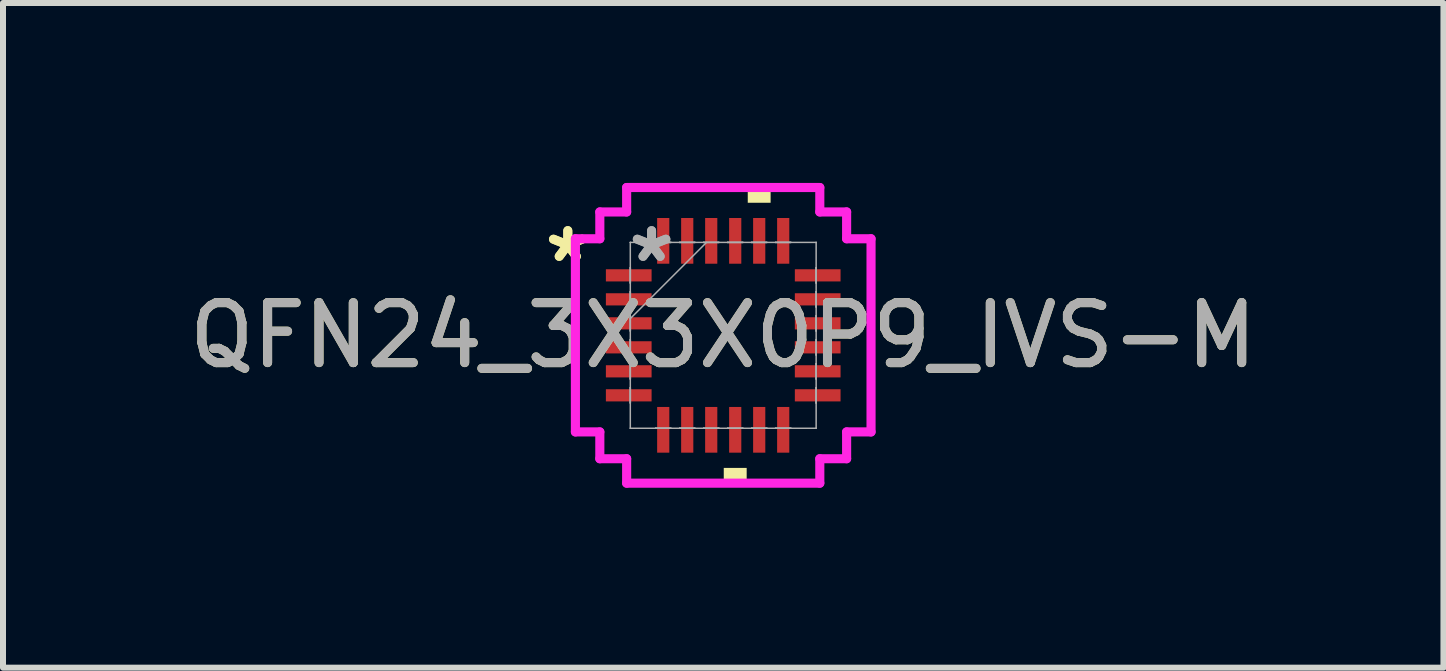
<source format=kicad_pcb>
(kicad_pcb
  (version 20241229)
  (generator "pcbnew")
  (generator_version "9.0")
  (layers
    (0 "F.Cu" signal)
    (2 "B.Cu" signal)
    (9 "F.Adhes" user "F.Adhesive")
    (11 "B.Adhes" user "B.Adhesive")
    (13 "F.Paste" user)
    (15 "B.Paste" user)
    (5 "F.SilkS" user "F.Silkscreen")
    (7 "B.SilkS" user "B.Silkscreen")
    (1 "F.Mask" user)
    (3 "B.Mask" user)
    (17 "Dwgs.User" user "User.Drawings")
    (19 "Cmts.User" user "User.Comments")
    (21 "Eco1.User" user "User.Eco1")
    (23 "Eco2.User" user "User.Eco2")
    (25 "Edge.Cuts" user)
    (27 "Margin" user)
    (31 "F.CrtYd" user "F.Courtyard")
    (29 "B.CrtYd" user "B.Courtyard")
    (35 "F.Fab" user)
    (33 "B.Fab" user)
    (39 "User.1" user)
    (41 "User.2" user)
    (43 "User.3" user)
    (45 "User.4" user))
  (footprint "QFN24_3X3X0P9_IVS-M"
    (layer "F.Cu")
    (at 9.006 2.54)
    (property "Reference" "QFN24_3X3X0P9_IVS-M" (at 0 0 0) (unlocked yes) (layer "F.SilkS") (effects (font (size 1 1) (thickness 0.15))))
    (attr smd)
    (fp_poly (pts (xy 0.009 2.21) (xy 0.009 2.464) (xy 0.391 2.464) (xy 0.391 2.21)) (stroke (width 0) (type solid)) (fill yes) (layer "F.SilkS"))
    (fp_poly (pts (xy 0.409 -2.21) (xy 0.409 -2.464) (xy 0.79 -2.464) (xy 0.79 -2.21)) (stroke (width 0) (type solid)) (fill yes) (layer "F.SilkS"))
    (fp_line (start -2.464 -1.61) (end -2.057 -1.61) (stroke (width 0.152) (type solid)) (layer "F.CrtYd"))
    (fp_line (start -2.464 1.61) (end -2.464 -1.61) (stroke (width 0.152) (type solid)) (layer "F.CrtYd"))
    (fp_line (start -2.057 -2.057) (end -1.61 -2.057) (stroke (width 0.152) (type solid)) (layer "F.CrtYd"))
    (fp_line (start -2.057 -1.61) (end -2.057 -2.057) (stroke (width 0.152) (type solid)) (layer "F.CrtYd"))
    (fp_line (start -2.057 1.61) (end -2.464 1.61) (stroke (width 0.152) (type solid)) (layer "F.CrtYd"))
    (fp_line (start -2.057 2.057) (end -2.057 1.61) (stroke (width 0.152) (type solid)) (layer "F.CrtYd"))
    (fp_line (start -1.61 -2.464) (end 1.61 -2.464) (stroke (width 0.152) (type solid)) (layer "F.CrtYd"))
    (fp_line (start -1.61 -2.057) (end -1.61 -2.464) (stroke (width 0.152) (type solid)) (layer "F.CrtYd"))
    (fp_line (start -1.61 2.057) (end -2.057 2.057) (stroke (width 0.152) (type solid)) (layer "F.CrtYd"))
    (fp_line (start -1.61 2.464) (end -1.61 2.057) (stroke (width 0.152) (type solid)) (layer "F.CrtYd"))
    (fp_line (start 1.61 -2.464) (end 1.61 -2.057) (stroke (width 0.152) (type solid)) (layer "F.CrtYd"))
    (fp_line (start 1.61 -2.057) (end 2.057 -2.057) (stroke (width 0.152) (type solid)) (layer "F.CrtYd"))
    (fp_line (start 1.61 2.057) (end 1.61 2.464) (stroke (width 0.152) (type solid)) (layer "F.CrtYd"))
    (fp_line (start 1.61 2.464) (end -1.61 2.464) (stroke (width 0.152) (type solid)) (layer "F.CrtYd"))
    (fp_line (start 2.057 -2.057) (end 2.057 -1.61) (stroke (width 0.152) (type solid)) (layer "F.CrtYd"))
    (fp_line (start 2.057 -1.61) (end 2.464 -1.61) (stroke (width 0.152) (type solid)) (layer "F.CrtYd"))
    (fp_line (start 2.057 1.61) (end 2.057 2.057) (stroke (width 0.152) (type solid)) (layer "F.CrtYd"))
    (fp_line (start 2.057 2.057) (end 1.61 2.057) (stroke (width 0.152) (type solid)) (layer "F.CrtYd"))
    (fp_line (start 2.464 -1.61) (end 2.464 1.61) (stroke (width 0.152) (type solid)) (layer "F.CrtYd"))
    (fp_line (start 2.464 1.61) (end 2.057 1.61) (stroke (width 0.152) (type solid)) (layer "F.CrtYd"))
    (fp_line (start -1.549 -1.549) (end -1.549 -1.549) (stroke (width 0.025) (type solid)) (layer "F.Fab"))
    (fp_line (start -1.549 -1.549) (end -1.549 1.549) (stroke (width 0.025) (type solid)) (layer "F.Fab"))
    (fp_line (start -1.549 -1.127) (end -1.549 -1.127) (stroke (width 0.025) (type solid)) (layer "F.Fab"))
    (fp_line (start -1.549 -1.127) (end -1.549 -0.873) (stroke (width 0.025) (type solid)) (layer "F.Fab"))
    (fp_line (start -1.549 -0.873) (end -1.549 -1.127) (stroke (width 0.025) (type solid)) (layer "F.Fab"))
    (fp_line (start -1.549 -0.873) (end -1.549 -0.873) (stroke (width 0.025) (type solid)) (layer "F.Fab"))
    (fp_line (start -1.549 -0.727) (end -1.549 -0.727) (stroke (width 0.025) (type solid)) (layer "F.Fab"))
    (fp_line (start -1.549 -0.727) (end -1.549 -0.473) (stroke (width 0.025) (type solid)) (layer "F.Fab"))
    (fp_line (start -1.549 -0.473) (end -1.549 -0.727) (stroke (width 0.025) (type solid)) (layer "F.Fab"))
    (fp_line (start -1.549 -0.473) (end -1.549 -0.473) (stroke (width 0.025) (type solid)) (layer "F.Fab"))
    (fp_line (start -1.549 -0.327) (end -1.549 -0.327) (stroke (width 0.025) (type solid)) (layer "F.Fab"))
    (fp_line (start -1.549 -0.327) (end -1.549 -0.073) (stroke (width 0.025) (type solid)) (layer "F.Fab"))
    (fp_line (start -1.549 -0.279) (end -0.279 -1.549) (stroke (width 0.025) (type solid)) (layer "F.Fab"))
    (fp_line (start -1.549 -0.073) (end -1.549 -0.327) (stroke (width 0.025) (type solid)) (layer "F.Fab"))
    (fp_line (start -1.549 -0.073) (end -1.549 -0.073) (stroke (width 0.025) (type solid)) (layer "F.Fab"))
    (fp_line (start -1.549 0.073) (end -1.549 0.073) (stroke (width 0.025) (type solid)) (layer "F.Fab"))
    (fp_line (start -1.549 0.073) (end -1.549 0.327) (stroke (width 0.025) (type solid)) (layer "F.Fab"))
    (fp_line (start -1.549 0.327) (end -1.549 0.073) (stroke (width 0.025) (type solid)) (layer "F.Fab"))
    (fp_line (start -1.549 0.327) (end -1.549 0.327) (stroke (width 0.025) (type solid)) (layer "F.Fab"))
    (fp_line (start -1.549 0.473) (end -1.549 0.473) (stroke (width 0.025) (type solid)) (layer "F.Fab"))
    (fp_line (start -1.549 0.473) (end -1.549 0.727) (stroke (width 0.025) (type solid)) (layer "F.Fab"))
    (fp_line (start -1.549 0.727) (end -1.549 0.473) (stroke (width 0.025) (type solid)) (layer "F.Fab"))
    (fp_line (start -1.549 0.727) (end -1.549 0.727) (stroke (width 0.025) (type solid)) (layer "F.Fab"))
    (fp_line (start -1.549 0.873) (end -1.549 0.873) (stroke (width 0.025) (type solid)) (layer "F.Fab"))
    (fp_line (start -1.549 0.873) (end -1.549 1.127) (stroke (width 0.025) (type solid)) (layer "F.Fab"))
    (fp_line (start -1.549 1.127) (end -1.549 0.873) (stroke (width 0.025) (type solid)) (layer "F.Fab"))
    (fp_line (start -1.549 1.127) (end -1.549 1.127) (stroke (width 0.025) (type solid)) (layer "F.Fab"))
    (fp_line (start -1.549 1.549) (end -1.549 1.549) (stroke (width 0.025) (type solid)) (layer "F.Fab"))
    (fp_line (start -1.549 1.549) (end 1.549 1.549) (stroke (width 0.025) (type solid)) (layer "F.Fab"))
    (fp_line (start -1.127 -1.549) (end -1.127 -1.549) (stroke (width 0.025) (type solid)) (layer "F.Fab"))
    (fp_line (start -1.127 -1.549) (end -0.873 -1.549) (stroke (width 0.025) (type solid)) (layer "F.Fab"))
    (fp_line (start -1.127 1.549) (end -1.127 1.549) (stroke (width 0.025) (type solid)) (layer "F.Fab"))
    (fp_line (start -1.127 1.549) (end -0.873 1.549) (stroke (width 0.025) (type solid)) (layer "F.Fab"))
    (fp_line (start -0.873 -1.549) (end -1.127 -1.549) (stroke (width 0.025) (type solid)) (layer "F.Fab"))
    (fp_line (start -0.873 -1.549) (end -0.873 -1.549) (stroke (width 0.025) (type solid)) (layer "F.Fab"))
    (fp_line (start -0.873 1.549) (end -1.127 1.549) (stroke (width 0.025) (type solid)) (layer "F.Fab"))
    (fp_line (start -0.873 1.549) (end -0.873 1.549) (stroke (width 0.025) (type solid)) (layer "F.Fab"))
    (fp_line (start -0.727 -1.549) (end -0.727 -1.549) (stroke (width 0.025) (type solid)) (layer "F.Fab"))
    (fp_line (start -0.727 -1.549) (end -0.473 -1.549) (stroke (width 0.025) (type solid)) (layer "F.Fab"))
    (fp_line (start -0.727 1.549) (end -0.727 1.549) (stroke (width 0.025) (type solid)) (layer "F.Fab"))
    (fp_line (start -0.727 1.549) (end -0.473 1.549) (stroke (width 0.025) (type solid)) (layer "F.Fab"))
    (fp_line (start -0.473 -1.549) (end -0.727 -1.549) (stroke (width 0.025) (type solid)) (layer "F.Fab"))
    (fp_line (start -0.473 -1.549) (end -0.473 -1.549) (stroke (width 0.025) (type solid)) (layer "F.Fab"))
    (fp_line (start -0.473 1.549) (end -0.727 1.549) (stroke (width 0.025) (type solid)) (layer "F.Fab"))
    (fp_line (start -0.473 1.549) (end -0.473 1.549) (stroke (width 0.025) (type solid)) (layer "F.Fab"))
    (fp_line (start -0.327 -1.549) (end -0.327 -1.549) (stroke (width 0.025) (type solid)) (layer "F.Fab"))
    (fp_line (start -0.327 -1.549) (end -0.073 -1.549) (stroke (width 0.025) (type solid)) (layer "F.Fab"))
    (fp_line (start -0.327 1.549) (end -0.327 1.549) (stroke (width 0.025) (type solid)) (layer "F.Fab"))
    (fp_line (start -0.327 1.549) (end -0.073 1.549) (stroke (width 0.025) (type solid)) (layer "F.Fab"))
    (fp_line (start -0.073 -1.549) (end -0.327 -1.549) (stroke (width 0.025) (type solid)) (layer "F.Fab"))
    (fp_line (start -0.073 -1.549) (end -0.073 -1.549) (stroke (width 0.025) (type solid)) (layer "F.Fab"))
    (fp_line (start -0.073 1.549) (end -0.327 1.549) (stroke (width 0.025) (type solid)) (layer "F.Fab"))
    (fp_line (start -0.073 1.549) (end -0.073 1.549) (stroke (width 0.025) (type solid)) (layer "F.Fab"))
    (fp_line (start 0.073 -1.549) (end 0.073 -1.549) (stroke (width 0.025) (type solid)) (layer "F.Fab"))
    (fp_line (start 0.073 -1.549) (end 0.327 -1.549) (stroke (width 0.025) (type solid)) (layer "F.Fab"))
    (fp_line (start 0.073 1.549) (end 0.073 1.549) (stroke (width 0.025) (type solid)) (layer "F.Fab"))
    (fp_line (start 0.073 1.549) (end 0.327 1.549) (stroke (width 0.025) (type solid)) (layer "F.Fab"))
    (fp_line (start 0.327 -1.549) (end 0.073 -1.549) (stroke (width 0.025) (type solid)) (layer "F.Fab"))
    (fp_line (start 0.327 -1.549) (end 0.327 -1.549) (stroke (width 0.025) (type solid)) (layer "F.Fab"))
    (fp_line (start 0.327 1.549) (end 0.073 1.549) (stroke (width 0.025) (type solid)) (layer "F.Fab"))
    (fp_line (start 0.327 1.549) (end 0.327 1.549) (stroke (width 0.025) (type solid)) (layer "F.Fab"))
    (fp_line (start 0.473 -1.549) (end 0.473 -1.549) (stroke (width 0.025) (type solid)) (layer "F.Fab"))
    (fp_line (start 0.473 -1.549) (end 0.727 -1.549) (stroke (width 0.025) (type solid)) (layer "F.Fab"))
    (fp_line (start 0.473 1.549) (end 0.473 1.549) (stroke (width 0.025) (type solid)) (layer "F.Fab"))
    (fp_line (start 0.473 1.549) (end 0.727 1.549) (stroke (width 0.025) (type solid)) (layer "F.Fab"))
    (fp_line (start 0.727 -1.549) (end 0.473 -1.549) (stroke (width 0.025) (type solid)) (layer "F.Fab"))
    (fp_line (start 0.727 -1.549) (end 0.727 -1.549) (stroke (width 0.025) (type solid)) (layer "F.Fab"))
    (fp_line (start 0.727 1.549) (end 0.473 1.549) (stroke (width 0.025) (type solid)) (layer "F.Fab"))
    (fp_line (start 0.727 1.549) (end 0.727 1.549) (stroke (width 0.025) (type solid)) (layer "F.Fab"))
    (fp_line (start 0.873 -1.549) (end 0.873 -1.549) (stroke (width 0.025) (type solid)) (layer "F.Fab"))
    (fp_line (start 0.873 -1.549) (end 1.127 -1.549) (stroke (width 0.025) (type solid)) (layer "F.Fab"))
    (fp_line (start 0.873 1.549) (end 0.873 1.549) (stroke (width 0.025) (type solid)) (layer "F.Fab"))
    (fp_line (start 0.873 1.549) (end 1.127 1.549) (stroke (width 0.025) (type solid)) (layer "F.Fab"))
    (fp_line (start 1.127 -1.549) (end 0.873 -1.549) (stroke (width 0.025) (type solid)) (layer "F.Fab"))
    (fp_line (start 1.127 -1.549) (end 1.127 -1.549) (stroke (width 0.025) (type solid)) (layer "F.Fab"))
    (fp_line (start 1.127 1.549) (end 0.873 1.549) (stroke (width 0.025) (type solid)) (layer "F.Fab"))
    (fp_line (start 1.127 1.549) (end 1.127 1.549) (stroke (width 0.025) (type solid)) (layer "F.Fab"))
    (fp_line (start 1.549 -1.549) (end -1.549 -1.549) (stroke (width 0.025) (type solid)) (layer "F.Fab"))
    (fp_line (start 1.549 -1.549) (end 1.549 -1.549) (stroke (width 0.025) (type solid)) (layer "F.Fab"))
    (fp_line (start 1.549 -1.127) (end 1.549 -1.127) (stroke (width 0.025) (type solid)) (layer "F.Fab"))
    (fp_line (start 1.549 -1.127) (end 1.549 -0.873) (stroke (width 0.025) (type solid)) (layer "F.Fab"))
    (fp_line (start 1.549 -0.873) (end 1.549 -1.127) (stroke (width 0.025) (type solid)) (layer "F.Fab"))
    (fp_line (start 1.549 -0.873) (end 1.549 -0.873) (stroke (width 0.025) (type solid)) (layer "F.Fab"))
    (fp_line (start 1.549 -0.727) (end 1.549 -0.727) (stroke (width 0.025) (type solid)) (layer "F.Fab"))
    (fp_line (start 1.549 -0.727) (end 1.549 -0.473) (stroke (width 0.025) (type solid)) (layer "F.Fab"))
    (fp_line (start 1.549 -0.473) (end 1.549 -0.727) (stroke (width 0.025) (type solid)) (layer "F.Fab"))
    (fp_line (start 1.549 -0.473) (end 1.549 -0.473) (stroke (width 0.025) (type solid)) (layer "F.Fab"))
    (fp_line (start 1.549 -0.327) (end 1.549 -0.327) (stroke (width 0.025) (type solid)) (layer "F.Fab"))
    (fp_line (start 1.549 -0.327) (end 1.549 -0.073) (stroke (width 0.025) (type solid)) (layer "F.Fab"))
    (fp_line (start 1.549 -0.073) (end 1.549 -0.327) (stroke (width 0.025) (type solid)) (layer "F.Fab"))
    (fp_line (start 1.549 -0.073) (end 1.549 -0.073) (stroke (width 0.025) (type solid)) (layer "F.Fab"))
    (fp_line (start 1.549 0.073) (end 1.549 0.073) (stroke (width 0.025) (type solid)) (layer "F.Fab"))
    (fp_line (start 1.549 0.073) (end 1.549 0.327) (stroke (width 0.025) (type solid)) (layer "F.Fab"))
    (fp_line (start 1.549 0.327) (end 1.549 0.073) (stroke (width 0.025) (type solid)) (layer "F.Fab"))
    (fp_line (start 1.549 0.327) (end 1.549 0.327) (stroke (width 0.025) (type solid)) (layer "F.Fab"))
    (fp_line (start 1.549 0.473) (end 1.549 0.473) (stroke (width 0.025) (type solid)) (layer "F.Fab"))
    (fp_line (start 1.549 0.473) (end 1.549 0.727) (stroke (width 0.025) (type solid)) (layer "F.Fab"))
    (fp_line (start 1.549 0.727) (end 1.549 0.473) (stroke (width 0.025) (type solid)) (layer "F.Fab"))
    (fp_line (start 1.549 0.727) (end 1.549 0.727) (stroke (width 0.025) (type solid)) (layer "F.Fab"))
    (fp_line (start 1.549 0.873) (end 1.549 0.873) (stroke (width 0.025) (type solid)) (layer "F.Fab"))
    (fp_line (start 1.549 0.873) (end 1.549 1.127) (stroke (width 0.025) (type solid)) (layer "F.Fab"))
    (fp_line (start 1.549 1.127) (end 1.549 0.873) (stroke (width 0.025) (type solid)) (layer "F.Fab"))
    (fp_line (start 1.549 1.127) (end 1.549 1.127) (stroke (width 0.025) (type solid)) (layer "F.Fab"))
    (fp_line (start 1.549 1.549) (end 1.549 -1.549) (stroke (width 0.025) (type solid)) (layer "F.Fab"))
    (fp_line (start 1.549 1.549) (end 1.549 1.549) (stroke (width 0.025) (type solid)) (layer "F.Fab"))
    (fp_text user "*" (at -2.591 -1.2 0) (unlocked yes) (layer "F.SilkS") (effects (font (size 1 1) (thickness 0.15))))
    (fp_text user "*" (at -2.591 -1.2 0) (layer "F.SilkS") (effects (font (size 1 1) (thickness 0.15))))
    (fp_text user "*" (at -1.194 -1.2 0) (unlocked yes) (layer "F.Fab") (effects (font (size 1 1) (thickness 0.15))))
    (fp_text user "*" (at -1.194 -1.2 0) (layer "F.Fab") (effects (font (size 1 1) (thickness 0.15))))
    (fp_text user "${REFERENCE}" (at 0 0 0) (unlocked yes) (layer "F.Fab") (effects (font (size 1 1) (thickness 0.15))))
    (pad "1" smd rect (at -1.575 -1 90) (size 0.203 0.762) (layers "F.Cu" "F.Mask" "F.Paste"))
    (pad "2" smd rect (at -1.575 -0.6 90) (size 0.203 0.762) (layers "F.Cu" "F.Mask" "F.Paste"))
    (pad "3" smd rect (at -1.575 -0.2 90) (size 0.203 0.762) (layers "F.Cu" "F.Mask" "F.Paste"))
    (pad "4" smd rect (at -1.575 0.2 90) (size 0.203 0.762) (layers "F.Cu" "F.Mask" "F.Paste"))
    (pad "5" smd rect (at -1.575 0.6 90) (size 0.203 0.762) (layers "F.Cu" "F.Mask" "F.Paste"))
    (pad "6" smd rect (at -1.575 1 90) (size 0.203 0.762) (layers "F.Cu" "F.Mask" "F.Paste"))
    (pad "7" smd rect (at -1 1.575) (size 0.203 0.762) (layers "F.Cu" "F.Mask" "F.Paste"))
    (pad "8" smd rect (at -0.6 1.575) (size 0.203 0.762) (layers "F.Cu" "F.Mask" "F.Paste"))
    (pad "9" smd rect (at -0.2 1.575) (size 0.203 0.762) (layers "F.Cu" "F.Mask" "F.Paste"))
    (pad "10" smd rect (at 0.2 1.575) (size 0.203 0.762) (layers "F.Cu" "F.Mask" "F.Paste"))
    (pad "11" smd rect (at 0.6 1.575) (size 0.203 0.762) (layers "F.Cu" "F.Mask" "F.Paste"))
    (pad "12" smd rect (at 1 1.575) (size 0.203 0.762) (layers "F.Cu" "F.Mask" "F.Paste"))
    (pad "13" smd rect (at 1.575 1 90) (size 0.203 0.762) (layers "F.Cu" "F.Mask" "F.Paste"))
    (pad "14" smd rect (at 1.575 0.6 90) (size 0.203 0.762) (layers "F.Cu" "F.Mask" "F.Paste"))
    (pad "15" smd rect (at 1.575 0.2 90) (size 0.203 0.762) (layers "F.Cu" "F.Mask" "F.Paste"))
    (pad "16" smd rect (at 1.575 -0.2 90) (size 0.203 0.762) (layers "F.Cu" "F.Mask" "F.Paste"))
    (pad "17" smd rect (at 1.575 -0.6 90) (size 0.203 0.762) (layers "F.Cu" "F.Mask" "F.Paste"))
    (pad "18" smd rect (at 1.575 -1 90) (size 0.203 0.762) (layers "F.Cu" "F.Mask" "F.Paste"))
    (pad "19" smd rect (at 1 -1.575) (size 0.203 0.762) (layers "F.Cu" "F.Mask" "F.Paste"))
    (pad "20" smd rect (at 0.6 -1.575) (size 0.203 0.762) (layers "F.Cu" "F.Mask" "F.Paste"))
    (pad "21" smd rect (at 0.2 -1.575) (size 0.203 0.762) (layers "F.Cu" "F.Mask" "F.Paste"))
    (pad "22" smd rect (at -0.2 -1.575) (size 0.203 0.762) (layers "F.Cu" "F.Mask" "F.Paste"))
    (pad "23" smd rect (at -0.6 -1.575) (size 0.203 0.762) (layers "F.Cu" "F.Mask" "F.Paste"))
    (pad "24" smd rect (at -1 -1.575) (size 0.203 0.762) (layers "F.Cu" "F.Mask" "F.Paste"))
    (zone (net_name "") (layer "F.Cu") (hatch full 0.508) (connect_pads) (min_thickness 0.254) (filled_areas_thickness no) (keepout (tracks not_allowed) (vias not_allowed) (pads allowed) (copperpour not_allowed) (footprints allowed)) (placement (enabled no)) (fill) (polygon (pts (xy 8.206 1.74) (xy 9.806 1.74) (xy 9.806 3.34) (xy 8.206 3.34)))))
  (gr_rect
    (start -3 -3)
    (end 21.012 8.08)
    (stroke (width 0.1) (type default))
    (fill no)
    (layer "Edge.Cuts")))
</source>
